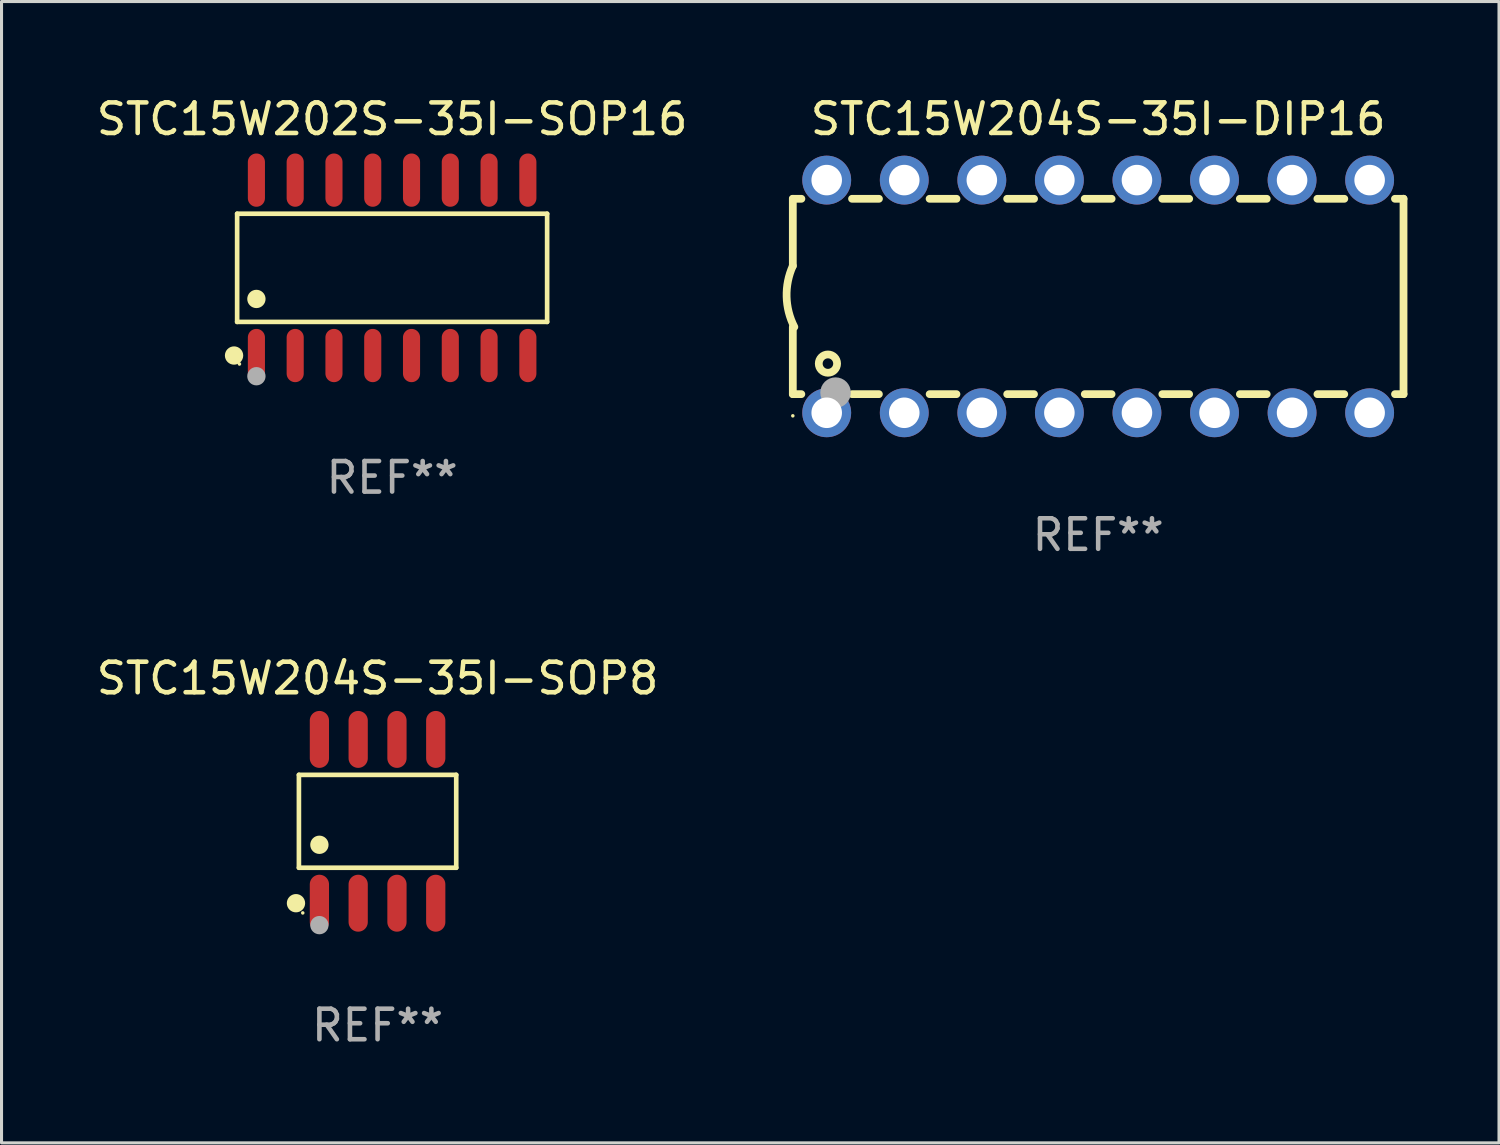
<source format=kicad_pcb>
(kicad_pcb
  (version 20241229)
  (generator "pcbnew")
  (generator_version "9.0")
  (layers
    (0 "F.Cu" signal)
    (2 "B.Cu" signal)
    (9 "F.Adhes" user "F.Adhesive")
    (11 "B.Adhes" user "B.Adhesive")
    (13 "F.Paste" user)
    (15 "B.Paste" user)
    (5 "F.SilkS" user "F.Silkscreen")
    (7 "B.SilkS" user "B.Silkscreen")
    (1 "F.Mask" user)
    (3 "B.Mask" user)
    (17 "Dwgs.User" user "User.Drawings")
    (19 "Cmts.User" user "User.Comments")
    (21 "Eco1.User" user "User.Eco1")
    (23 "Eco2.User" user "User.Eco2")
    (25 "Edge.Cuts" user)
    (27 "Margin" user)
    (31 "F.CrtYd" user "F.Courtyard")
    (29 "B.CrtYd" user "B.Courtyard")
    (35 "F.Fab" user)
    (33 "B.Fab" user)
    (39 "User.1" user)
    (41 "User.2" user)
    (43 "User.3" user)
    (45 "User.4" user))
  (footprint "STC15W204S-35I-DIP16"
    (layer "F.Cu")
    (at 32.914 6.658)
    (property "Reference" "STC15W204S-35I-DIP16" (at 0 -5.81 0) (layer "F.SilkS") (effects (font (size 1 1) (thickness 0.15))))
    (attr through_hole)
    (fp_line (start -10 -3.198) (end -9.719 -3.198) (stroke (width 0.254) (type solid)) (layer "F.SilkS"))
    (fp_line (start -10 -0.998) (end -10 -3.198) (stroke (width 0.254) (type solid)) (layer "F.SilkS"))
    (fp_line (start -10 3.2) (end -10 1) (stroke (width 0.254) (type solid)) (layer "F.SilkS"))
    (fp_line (start -10 3.2) (end -9.721 3.2) (stroke (width 0.254) (type solid)) (layer "F.SilkS"))
    (fp_line (start -8.061 -3.198) (end -7.179 -3.198) (stroke (width 0.254) (type solid)) (layer "F.SilkS"))
    (fp_line (start -8.059 3.2) (end -7.181 3.2) (stroke (width 0.254) (type solid)) (layer "F.SilkS"))
    (fp_line (start -5.521 -3.198) (end -4.639 -3.198) (stroke (width 0.254) (type solid)) (layer "F.SilkS"))
    (fp_line (start -5.519 3.2) (end -4.641 3.2) (stroke (width 0.254) (type solid)) (layer "F.SilkS"))
    (fp_line (start -2.981 -3.198) (end -2.099 -3.198) (stroke (width 0.254) (type solid)) (layer "F.SilkS"))
    (fp_line (start -2.979 3.2) (end -2.101 3.2) (stroke (width 0.254) (type solid)) (layer "F.SilkS"))
    (fp_line (start -0.441 -3.198) (end 0.441 -3.198) (stroke (width 0.254) (type solid)) (layer "F.SilkS"))
    (fp_line (start -0.439 3.2) (end 0.439 3.2) (stroke (width 0.254) (type solid)) (layer "F.SilkS"))
    (fp_line (start 2.099 -3.198) (end 2.981 -3.198) (stroke (width 0.254) (type solid)) (layer "F.SilkS"))
    (fp_line (start 2.101 3.2) (end 2.979 3.2) (stroke (width 0.254) (type solid)) (layer "F.SilkS"))
    (fp_line (start 4.639 -3.198) (end 5.521 -3.198) (stroke (width 0.254) (type solid)) (layer "F.SilkS"))
    (fp_line (start 4.641 3.2) (end 5.519 3.2) (stroke (width 0.254) (type solid)) (layer "F.SilkS"))
    (fp_line (start 7.179 -3.198) (end 8.061 -3.198) (stroke (width 0.254) (type solid)) (layer "F.SilkS"))
    (fp_line (start 7.181 3.2) (end 8.059 3.2) (stroke (width 0.254) (type solid)) (layer "F.SilkS"))
    (fp_line (start 9.719 -3.198) (end 10 -3.198) (stroke (width 0.254) (type solid)) (layer "F.SilkS"))
    (fp_line (start 9.721 3.2) (end 10 3.2) (stroke (width 0.254) (type solid)) (layer "F.SilkS"))
    (fp_line (start 10 3.2) (end 10 -3.2) (stroke (width 0.254) (type solid)) (layer "F.SilkS"))
    (fp_arc (start -9.949962 1) (mid -10.203153 0.005709) (end -10 -1) (stroke (width 0.254001) (type solid)) (layer "F.SilkS"))
    (fp_circle (center -10 3.91) (end -9.97 3.91) (stroke (width 0.06) (type solid)) (fill no) (layer "F.SilkS"))
    (fp_circle (center -8.85 2.2) (end -8.55 2.2) (stroke (width 0.254) (type solid)) (fill no) (layer "F.SilkS"))
    (fp_circle (center -8.6 3.15) (end -8.35 3.15) (stroke (width 0.5) (type solid)) (fill no) (layer "F.Fab"))
    (fp_text user "REF**" (at 0 7.81 0) (layer "F.Fab") (effects (font (size 1 1) (thickness 0.15))))
    (pad "1" thru_hole circle (at -8.89 3.81) (size 1.6 1.6) (drill 1) (layers "*.Cu" "*.Mask"))
    (pad "2" thru_hole circle (at -6.35 3.81) (size 1.6 1.6) (drill 1) (layers "*.Cu" "*.Mask"))
    (pad "3" thru_hole circle (at -3.81 3.81) (size 1.6 1.6) (drill 1) (layers "*.Cu" "*.Mask"))
    (pad "4" thru_hole circle (at -1.27 3.81) (size 1.6 1.6) (drill 1) (layers "*.Cu" "*.Mask"))
    (pad "5" thru_hole circle (at 1.27 3.81) (size 1.6 1.6) (drill 1) (layers "*.Cu" "*.Mask"))
    (pad "6" thru_hole circle (at 3.81 3.81) (size 1.6 1.6) (drill 1) (layers "*.Cu" "*.Mask"))
    (pad "7" thru_hole circle (at 6.35 3.81) (size 1.6 1.6) (drill 1) (layers "*.Cu" "*.Mask"))
    (pad "8" thru_hole circle (at 8.89 3.81) (size 1.6 1.6) (drill 1) (layers "*.Cu" "*.Mask"))
    (pad "9" thru_hole circle (at 8.89 -3.81) (size 1.6 1.6) (drill 1) (layers "*.Cu" "*.Mask"))
    (pad "10" thru_hole circle (at 6.35 -3.81) (size 1.6 1.6) (drill 1) (layers "*.Cu" "*.Mask"))
    (pad "11" thru_hole circle (at 3.81 -3.81) (size 1.6 1.6) (drill 1) (layers "*.Cu" "*.Mask"))
    (pad "12" thru_hole circle (at 1.27 -3.81) (size 1.6 1.6) (drill 1) (layers "*.Cu" "*.Mask"))
    (pad "13" thru_hole circle (at -1.27 -3.81) (size 1.6 1.6) (drill 1) (layers "*.Cu" "*.Mask"))
    (pad "14" thru_hole circle (at -3.81 -3.81) (size 1.6 1.6) (drill 1) (layers "*.Cu" "*.Mask"))
    (pad "15" thru_hole circle (at -6.35 -3.81) (size 1.6 1.6) (drill 1) (layers "*.Cu" "*.Mask"))
    (pad "16" thru_hole circle (at -8.89 -3.81) (size 1.6 1.6) (drill 1) (layers "*.Cu" "*.Mask")))
  (footprint "STC15W204S-35I-SOP8"
    (layer "F.Cu")
    (at 9.315 23.847)
    (property "Reference" "STC15W204S-35I-SOP8" (at 0 -4.682 0) (layer "F.SilkS") (effects (font (size 1 1) (thickness 0.15))))
    (attr through_hole)
    (fp_line (start -2.576 -1.521) (end 2.576 -1.521) (stroke (width 0.152) (type solid)) (layer "F.SilkS"))
    (fp_line (start -2.576 1.521) (end -2.576 -1.521) (stroke (width 0.152) (type solid)) (layer "F.SilkS"))
    (fp_line (start 2.576 -1.521) (end 2.576 1.521) (stroke (width 0.152) (type solid)) (layer "F.SilkS"))
    (fp_line (start 2.576 1.521) (end -2.576 1.521) (stroke (width 0.152) (type solid)) (layer "F.SilkS"))
    (fp_circle (center -2.672 2.682) (end -2.522 2.682) (stroke (width 0.3) (type solid)) (fill no) (layer "F.SilkS"))
    (fp_circle (center -2.45 3) (end -2.42 3) (stroke (width 0.06) (type solid)) (fill no) (layer "F.SilkS"))
    (fp_circle (center -1.905 0.769) (end -1.755 0.769) (stroke (width 0.3) (type solid)) (fill no) (layer "F.SilkS"))
    (fp_circle (center -1.905 3.4) (end -1.755 3.4) (stroke (width 0.3) (type solid)) (fill no) (layer "F.Fab"))
    (fp_text user "REF**" (at 0 6.682 0) (layer "F.Fab") (effects (font (size 1 1) (thickness 0.15))))
    (pad "1" smd oval (at -1.905 2.682) (size 0.63 1.865) (layers "F.Cu" "F.Mask" "F.Paste"))
    (pad "2" smd oval (at -0.635 2.682) (size 0.63 1.865) (layers "F.Cu" "F.Mask" "F.Paste"))
    (pad "3" smd oval (at 0.635 2.682) (size 0.63 1.865) (layers "F.Cu" "F.Mask" "F.Paste"))
    (pad "4" smd oval (at 1.905 2.682) (size 0.63 1.865) (layers "F.Cu" "F.Mask" "F.Paste"))
    (pad "5" smd oval (at 1.905 -2.682) (size 0.63 1.865) (layers "F.Cu" "F.Mask" "F.Paste"))
    (pad "6" smd oval (at 0.635 -2.682) (size 0.63 1.865) (layers "F.Cu" "F.Mask" "F.Paste"))
    (pad "7" smd oval (at -0.635 -2.682) (size 0.63 1.865) (layers "F.Cu" "F.Mask" "F.Paste"))
    (pad "8" smd oval (at -1.905 -2.682) (size 0.63 1.865) (layers "F.Cu" "F.Mask" "F.Paste")))
  (footprint "STC15W202S-35I-SOP16"
    (layer "F.Cu")
    (at 9.792 5.721)
    (property "Reference" "STC15W202S-35I-SOP16" (at 0 -4.872 0) (layer "F.SilkS") (effects (font (size 1 1) (thickness 0.15))))
    (attr through_hole)
    (fp_line (start -5.076 -1.771) (end 5.076 -1.771) (stroke (width 0.152) (type solid)) (layer "F.SilkS"))
    (fp_line (start -5.076 1.771) (end -5.076 -1.771) (stroke (width 0.152) (type solid)) (layer "F.SilkS"))
    (fp_line (start 5.076 -1.771) (end 5.076 1.771) (stroke (width 0.152) (type solid)) (layer "F.SilkS"))
    (fp_line (start 5.076 1.771) (end -5.076 1.771) (stroke (width 0.152) (type solid)) (layer "F.SilkS"))
    (fp_circle (center -5.177 2.872) (end -5.027 2.872) (stroke (width 0.3) (type solid)) (fill no) (layer "F.SilkS"))
    (fp_circle (center -5 3.15) (end -4.97 3.15) (stroke (width 0.06) (type solid)) (fill no) (layer "F.SilkS"))
    (fp_circle (center -4.445 1.019) (end -4.295 1.019) (stroke (width 0.3) (type solid)) (fill no) (layer "F.SilkS"))
    (fp_circle (center -4.445 3.55) (end -4.295 3.55) (stroke (width 0.3) (type solid)) (fill no) (layer "F.Fab"))
    (fp_text user "REF**" (at 0 6.872 0) (layer "F.Fab") (effects (font (size 1 1) (thickness 0.15))))
    (pad "1" smd oval (at -4.445 2.872) (size 0.56 1.745) (layers "F.Cu" "F.Mask" "F.Paste"))
    (pad "2" smd oval (at -3.175 2.872) (size 0.56 1.745) (layers "F.Cu" "F.Mask" "F.Paste"))
    (pad "3" smd oval (at -1.905 2.872) (size 0.56 1.745) (layers "F.Cu" "F.Mask" "F.Paste"))
    (pad "4" smd oval (at -0.635 2.872) (size 0.56 1.745) (layers "F.Cu" "F.Mask" "F.Paste"))
    (pad "5" smd oval (at 0.635 2.872) (size 0.56 1.745) (layers "F.Cu" "F.Mask" "F.Paste"))
    (pad "6" smd oval (at 1.905 2.872) (size 0.56 1.745) (layers "F.Cu" "F.Mask" "F.Paste"))
    (pad "7" smd oval (at 3.175 2.872) (size 0.56 1.745) (layers "F.Cu" "F.Mask" "F.Paste"))
    (pad "8" smd oval (at 4.445 2.872) (size 0.56 1.745) (layers "F.Cu" "F.Mask" "F.Paste"))
    (pad "9" smd oval (at 4.445 -2.872) (size 0.56 1.745) (layers "F.Cu" "F.Mask" "F.Paste"))
    (pad "10" smd oval (at 3.175 -2.872) (size 0.56 1.745) (layers "F.Cu" "F.Mask" "F.Paste"))
    (pad "11" smd oval (at 1.905 -2.872) (size 0.56 1.745) (layers "F.Cu" "F.Mask" "F.Paste"))
    (pad "12" smd oval (at 0.635 -2.872) (size 0.56 1.745) (layers "F.Cu" "F.Mask" "F.Paste"))
    (pad "13" smd oval (at -0.635 -2.872) (size 0.56 1.745) (layers "F.Cu" "F.Mask" "F.Paste"))
    (pad "14" smd oval (at -1.905 -2.872) (size 0.56 1.745) (layers "F.Cu" "F.Mask" "F.Paste"))
    (pad "15" smd oval (at -3.175 -2.872) (size 0.56 1.745) (layers "F.Cu" "F.Mask" "F.Paste"))
    (pad "16" smd oval (at -4.445 -2.872) (size 0.56 1.745) (layers "F.Cu" "F.Mask" "F.Paste")))
  (gr_rect
    (start -3 -3)
    (end 46.041 34.378)
    (stroke (width 0.1) (type default))
    (fill no)
    (layer "Edge.Cuts")))
</source>
